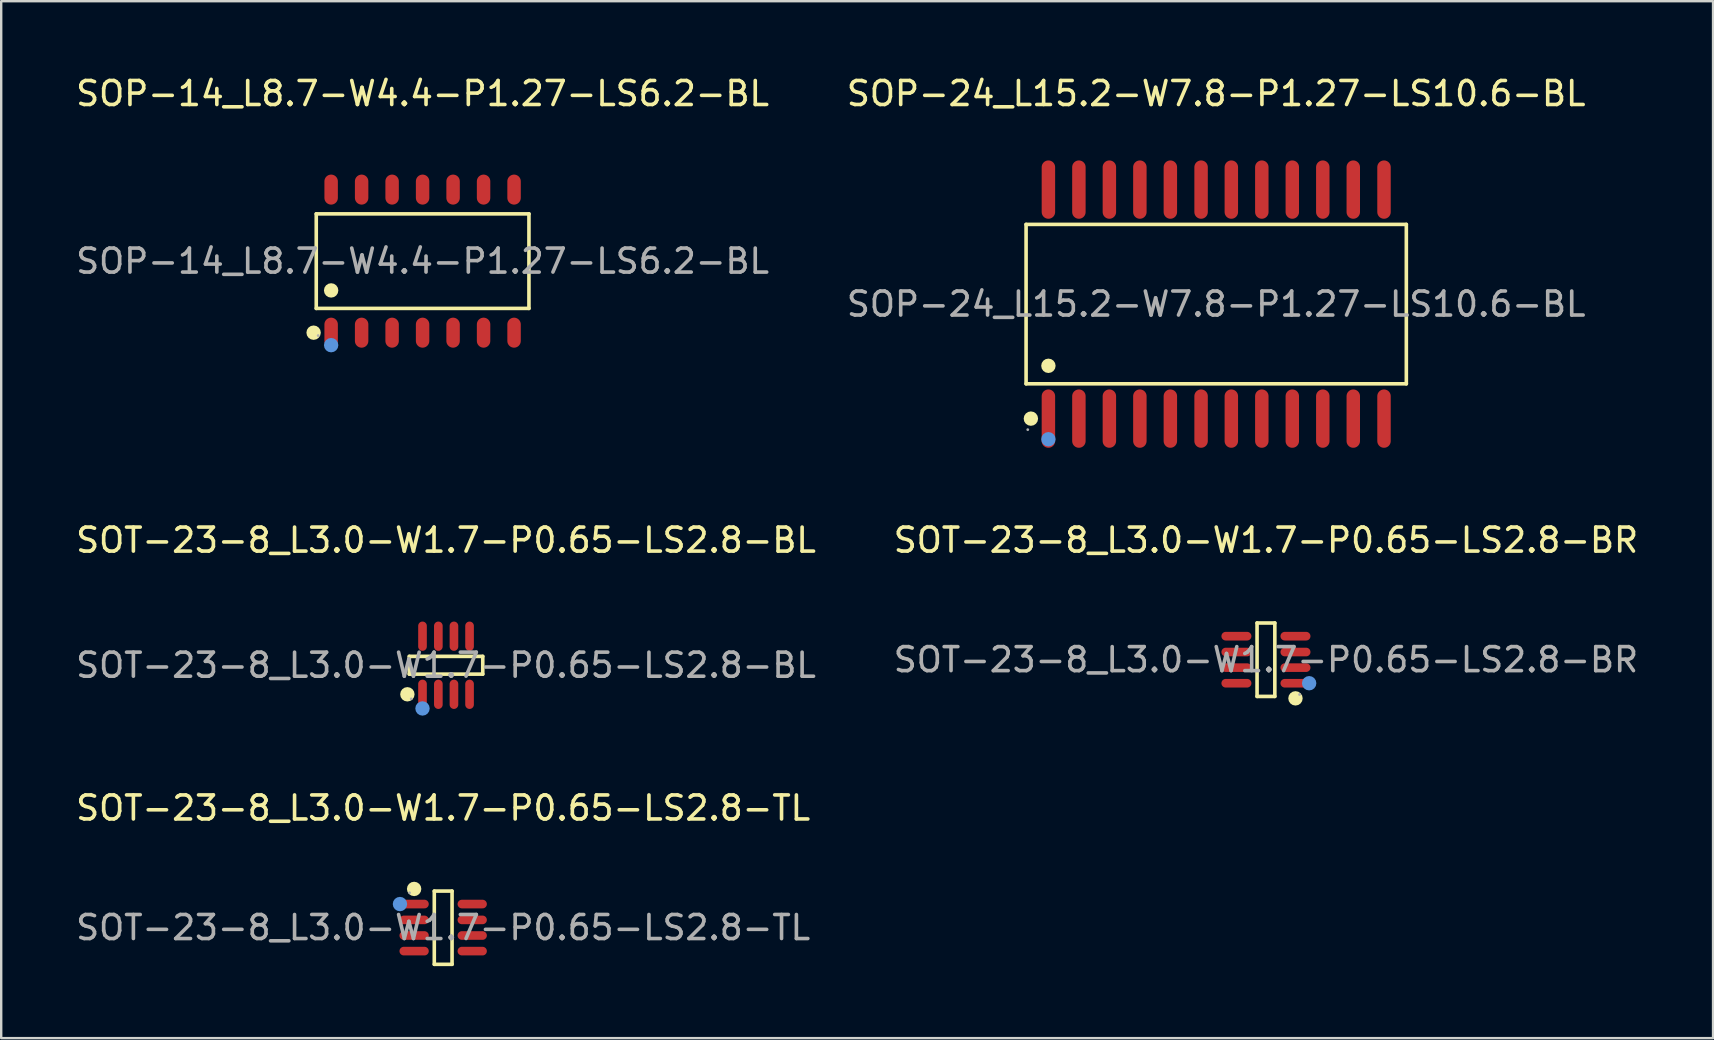
<source format=kicad_pcb>
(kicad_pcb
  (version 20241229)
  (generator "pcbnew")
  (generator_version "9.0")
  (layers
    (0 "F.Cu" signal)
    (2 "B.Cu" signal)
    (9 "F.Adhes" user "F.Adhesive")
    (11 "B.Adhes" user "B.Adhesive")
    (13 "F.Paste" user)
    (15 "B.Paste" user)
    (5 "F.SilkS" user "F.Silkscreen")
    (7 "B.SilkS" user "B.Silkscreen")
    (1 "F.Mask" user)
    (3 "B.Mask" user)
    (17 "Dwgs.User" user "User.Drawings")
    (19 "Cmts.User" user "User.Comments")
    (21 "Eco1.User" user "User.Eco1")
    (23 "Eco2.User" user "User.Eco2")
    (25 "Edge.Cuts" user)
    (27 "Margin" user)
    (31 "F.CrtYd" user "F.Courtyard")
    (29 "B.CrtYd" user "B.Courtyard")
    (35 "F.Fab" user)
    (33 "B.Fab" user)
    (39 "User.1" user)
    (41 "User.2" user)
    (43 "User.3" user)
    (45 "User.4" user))
  (footprint "SOT-23-8_L3.0-W1.7-P0.65-LS2.8-TL"
    (layer "F.Cu")
    (at 15.411 35.59)
    (property "Reference" "SOT-23-8_L3.0-W1.7-P0.65-LS2.8-TL" (at 0 -4.98 0) (layer "F.SilkS") (effects (font (size 1 1) (thickness 0.15))))
    (attr through_hole)
    (fp_line (start -0.37 -1.52) (end 0.37 -1.52) (stroke (width 0.15) (type solid)) (layer "F.SilkS"))
    (fp_line (start -0.37 1.53) (end -0.37 -1.52) (stroke (width 0.15) (type solid)) (layer "F.SilkS"))
    (fp_line (start 0.37 -1.52) (end 0.37 1.53) (stroke (width 0.15) (type solid)) (layer "F.SilkS"))
    (fp_line (start 0.37 1.53) (end -0.37 1.53) (stroke (width 0.15) (type solid)) (layer "F.SilkS"))
    (fp_circle (center -1.21 -1.61) (end -1.06 -1.61) (stroke (width 0.3) (type solid)) (fill no) (layer "F.SilkS"))
    (fp_circle (center -1.8 -0.98) (end -1.65 -0.98) (stroke (width 0.3) (type solid)) (fill no) (layer "Cmts.User"))
    (fp_circle (center -1.4 -1.45) (end -1.37 -1.45) (stroke (width 0.06) (type solid)) (fill no) (layer "F.Fab"))
    (fp_text user "${REFERENCE}" (at 0 0 0) (layer "F.Fab") (effects (font (size 1 1) (thickness 0.15))))
    (pad "1" smd oval (at -1.21 -0.98 270) (size 0.36 1.22) (layers "F.Cu" "F.Mask" "F.Paste"))
    (pad "2" smd oval (at -1.21 -0.32 270) (size 0.36 1.22) (layers "F.Cu" "F.Mask" "F.Paste"))
    (pad "3" smd oval (at -1.21 0.33 270) (size 0.36 1.22) (layers "F.Cu" "F.Mask" "F.Paste"))
    (pad "4" smd oval (at -1.21 0.98 270) (size 0.36 1.22) (layers "F.Cu" "F.Mask" "F.Paste"))
    (pad "5" smd oval (at 1.21 0.98 270) (size 0.36 1.22) (layers "F.Cu" "F.Mask" "F.Paste"))
    (pad "6" smd oval (at 1.21 0.33 270) (size 0.36 1.22) (layers "F.Cu" "F.Mask" "F.Paste"))
    (pad "7" smd oval (at 1.21 -0.32 270) (size 0.36 1.22) (layers "F.Cu" "F.Mask" "F.Paste"))
    (pad "8" smd oval (at 1.21 -0.98 270) (size 0.36 1.22) (layers "F.Cu" "F.Mask" "F.Paste")))
  (footprint "SOT-23-8_L3.0-W1.7-P0.65-LS2.8-BR"
    (layer "F.Cu")
    (at 49.685 24.431)
    (property "Reference" "SOT-23-8_L3.0-W1.7-P0.65-LS2.8-BR" (at 0 -4.98 0) (layer "F.SilkS") (effects (font (size 1 1) (thickness 0.15))))
    (attr through_hole)
    (fp_line (start -0.37 -1.53) (end 0.37 -1.53) (stroke (width 0.15) (type solid)) (layer "F.SilkS"))
    (fp_line (start -0.37 1.53) (end -0.37 -1.53) (stroke (width 0.15) (type solid)) (layer "F.SilkS"))
    (fp_line (start 0.37 -1.53) (end 0.37 1.53) (stroke (width 0.15) (type solid)) (layer "F.SilkS"))
    (fp_line (start 0.37 1.53) (end -0.37 1.53) (stroke (width 0.15) (type solid)) (layer "F.SilkS"))
    (fp_circle (center 1.23 1.61) (end 1.38 1.61) (stroke (width 0.3) (type solid)) (fill no) (layer "F.SilkS"))
    (fp_circle (center 1.8 0.98) (end 1.95 0.98) (stroke (width 0.3) (type solid)) (fill no) (layer "Cmts.User"))
    (fp_circle (center 1.4 1.45) (end 1.43 1.45) (stroke (width 0.06) (type solid)) (fill no) (layer "F.Fab"))
    (fp_text user "${REFERENCE}" (at 0 0 0) (layer "F.Fab") (effects (font (size 1 1) (thickness 0.15))))
    (pad "1" smd oval (at 1.23 0.98) (size 1.25 0.36) (layers "F.Cu" "F.Mask" "F.Paste"))
    (pad "2" smd oval (at 1.23 0.33) (size 1.25 0.36) (layers "F.Cu" "F.Mask" "F.Paste"))
    (pad "3" smd oval (at 1.23 -0.32) (size 1.25 0.36) (layers "F.Cu" "F.Mask" "F.Paste"))
    (pad "4" smd oval (at 1.23 -0.98) (size 1.25 0.36) (layers "F.Cu" "F.Mask" "F.Paste"))
    (pad "5" smd oval (at -1.23 -0.98) (size 1.25 0.36) (layers "F.Cu" "F.Mask" "F.Paste"))
    (pad "6" smd oval (at -1.23 -0.32) (size 1.25 0.36) (layers "F.Cu" "F.Mask" "F.Paste"))
    (pad "7" smd oval (at -1.23 0.33) (size 1.25 0.36) (layers "F.Cu" "F.Mask" "F.Paste"))
    (pad "8" smd oval (at -1.23 0.98) (size 1.25 0.36) (layers "F.Cu" "F.Mask" "F.Paste")))
  (footprint "SOP-14_L8.7-W4.4-P1.27-LS6.2-BL"
    (layer "F.Cu")
    (at 14.554 7.828)
    (property "Reference" "SOP-14_L8.7-W4.4-P1.27-LS6.2-BL" (at 0 -6.98 0) (layer "F.SilkS") (effects (font (size 1 1) (thickness 0.15))))
    (attr through_hole)
    (fp_line (start -4.43 -1.97) (end 4.43 -1.97) (stroke (width 0.15) (type solid)) (layer "F.SilkS"))
    (fp_line (start -4.43 1.97) (end -4.43 -1.97) (stroke (width 0.15) (type solid)) (layer "F.SilkS"))
    (fp_line (start 4.43 -1.97) (end 4.43 1.97) (stroke (width 0.15) (type solid)) (layer "F.SilkS"))
    (fp_line (start 4.43 1.97) (end -4.43 1.97) (stroke (width 0.15) (type solid)) (layer "F.SilkS"))
    (fp_circle (center -4.54 2.98) (end -4.39 2.98) (stroke (width 0.3) (type solid)) (fill no) (layer "F.SilkS"))
    (fp_circle (center -3.81 1.22) (end -3.66 1.22) (stroke (width 0.3) (type solid)) (fill no) (layer "F.SilkS"))
    (fp_circle (center -3.81 3.5) (end -3.66 3.5) (stroke (width 0.3) (type solid)) (fill no) (layer "Cmts.User"))
    (fp_circle (center -4.35 3.1) (end -4.32 3.1) (stroke (width 0.06) (type solid)) (fill no) (layer "F.Fab"))
    (fp_text user "${REFERENCE}" (at 0 0 0) (layer "F.Fab") (effects (font (size 1 1) (thickness 0.15))))
    (pad "1" smd oval (at -3.81 2.98) (size 0.56 1.25) (layers "F.Cu" "F.Mask" "F.Paste"))
    (pad "2" smd oval (at -2.54 2.98) (size 0.56 1.25) (layers "F.Cu" "F.Mask" "F.Paste"))
    (pad "3" smd oval (at -1.27 2.98) (size 0.56 1.25) (layers "F.Cu" "F.Mask" "F.Paste"))
    (pad "4" smd oval (at 0 2.98) (size 0.56 1.25) (layers "F.Cu" "F.Mask" "F.Paste"))
    (pad "5" smd oval (at 1.27 2.98) (size 0.56 1.25) (layers "F.Cu" "F.Mask" "F.Paste"))
    (pad "6" smd oval (at 2.54 2.98) (size 0.56 1.25) (layers "F.Cu" "F.Mask" "F.Paste"))
    (pad "7" smd oval (at 3.81 2.98) (size 0.56 1.25) (layers "F.Cu" "F.Mask" "F.Paste"))
    (pad "8" smd oval (at 3.81 -2.98) (size 0.56 1.25) (layers "F.Cu" "F.Mask" "F.Paste"))
    (pad "9" smd oval (at 2.54 -2.98) (size 0.56 1.25) (layers "F.Cu" "F.Mask" "F.Paste"))
    (pad "10" smd oval (at 1.27 -2.98) (size 0.56 1.25) (layers "F.Cu" "F.Mask" "F.Paste"))
    (pad "11" smd oval (at 0 -2.98) (size 0.56 1.25) (layers "F.Cu" "F.Mask" "F.Paste"))
    (pad "12" smd oval (at -1.27 -2.98) (size 0.56 1.25) (layers "F.Cu" "F.Mask" "F.Paste"))
    (pad "13" smd oval (at -2.54 -2.98) (size 0.56 1.25) (layers "F.Cu" "F.Mask" "F.Paste"))
    (pad "14" smd oval (at -3.81 -2.98) (size 0.56 1.25) (layers "F.Cu" "F.Mask" "F.Paste")))
  (footprint "SOT-23-8_L3.0-W1.7-P0.65-LS2.8-BL"
    (layer "F.Cu")
    (at 15.53 24.662)
    (property "Reference" "SOT-23-8_L3.0-W1.7-P0.65-LS2.8-BL" (at 0 -5.21 0) (layer "F.SilkS") (effects (font (size 1 1) (thickness 0.15))))
    (attr through_hole)
    (fp_line (start -1.53 -0.37) (end 1.53 -0.37) (stroke (width 0.15) (type solid)) (layer "F.SilkS"))
    (fp_line (start -1.53 0.37) (end -1.53 -0.37) (stroke (width 0.15) (type solid)) (layer "F.SilkS"))
    (fp_line (start 1.53 -0.37) (end 1.53 0.37) (stroke (width 0.15) (type solid)) (layer "F.SilkS"))
    (fp_line (start 1.53 0.37) (end -1.53 0.37) (stroke (width 0.15) (type solid)) (layer "F.SilkS"))
    (fp_circle (center -1.61 1.21) (end -1.46 1.21) (stroke (width 0.3) (type solid)) (fill no) (layer "F.SilkS"))
    (fp_circle (center -0.98 1.8) (end -0.83 1.8) (stroke (width 0.3) (type solid)) (fill no) (layer "Cmts.User"))
    (fp_circle (center -1.45 1.4) (end -1.42 1.4) (stroke (width 0.06) (type solid)) (fill no) (layer "F.Fab"))
    (fp_text user "${REFERENCE}" (at 0 0 0) (layer "F.Fab") (effects (font (size 1 1) (thickness 0.15))))
    (pad "1" smd oval (at -0.98 1.21) (size 0.36 1.22) (layers "F.Cu" "F.Mask" "F.Paste"))
    (pad "2" smd oval (at -0.32 1.21) (size 0.36 1.22) (layers "F.Cu" "F.Mask" "F.Paste"))
    (pad "3" smd oval (at 0.33 1.21) (size 0.36 1.22) (layers "F.Cu" "F.Mask" "F.Paste"))
    (pad "4" smd oval (at 0.98 1.21) (size 0.36 1.22) (layers "F.Cu" "F.Mask" "F.Paste"))
    (pad "5" smd oval (at 0.98 -1.21) (size 0.36 1.22) (layers "F.Cu" "F.Mask" "F.Paste"))
    (pad "6" smd oval (at 0.33 -1.21) (size 0.36 1.22) (layers "F.Cu" "F.Mask" "F.Paste"))
    (pad "7" smd oval (at -0.32 -1.21) (size 0.36 1.22) (layers "F.Cu" "F.Mask" "F.Paste"))
    (pad "8" smd oval (at -0.98 -1.21) (size 0.36 1.22) (layers "F.Cu" "F.Mask" "F.Paste")))
  (footprint "SOP-24_L15.2-W7.8-P1.27-LS10.6-BL"
    (layer "F.Cu")
    (at 47.613 9.618)
    (property "Reference" "SOP-24_L15.2-W7.8-P1.27-LS10.6-BL" (at 0 -8.77 0) (layer "F.SilkS") (effects (font (size 1 1) (thickness 0.15))))
    (attr through_hole)
    (fp_line (start -7.92 -3.32) (end 7.92 -3.32) (stroke (width 0.15) (type solid)) (layer "F.SilkS"))
    (fp_line (start -7.92 3.32) (end -7.92 -3.32) (stroke (width 0.15) (type solid)) (layer "F.SilkS"))
    (fp_line (start 7.92 -3.32) (end 7.92 3.32) (stroke (width 0.15) (type solid)) (layer "F.SilkS"))
    (fp_line (start 7.92 3.32) (end -7.92 3.32) (stroke (width 0.15) (type solid)) (layer "F.SilkS"))
    (fp_circle (center -7.72 4.77) (end -7.57 4.77) (stroke (width 0.3) (type solid)) (fill no) (layer "F.SilkS"))
    (fp_circle (center -6.99 2.57) (end -6.84 2.57) (stroke (width 0.3) (type solid)) (fill no) (layer "F.SilkS"))
    (fp_circle (center -6.99 5.63) (end -6.84 5.63) (stroke (width 0.3) (type solid)) (fill no) (layer "Cmts.User"))
    (fp_circle (center -7.85 5.23) (end -7.82 5.23) (stroke (width 0.06) (type solid)) (fill no) (layer "F.Fab"))
    (fp_text user "${REFERENCE}" (at 0 0 0) (layer "F.Fab") (effects (font (size 1 1) (thickness 0.15))))
    (pad "1" smd oval (at -6.99 4.77) (size 0.56 2.43) (layers "F.Cu" "F.Mask" "F.Paste"))
    (pad "2" smd oval (at -5.72 4.77) (size 0.56 2.43) (layers "F.Cu" "F.Mask" "F.Paste"))
    (pad "3" smd oval (at -4.45 4.77) (size 0.56 2.43) (layers "F.Cu" "F.Mask" "F.Paste"))
    (pad "4" smd oval (at -3.18 4.77) (size 0.56 2.43) (layers "F.Cu" "F.Mask" "F.Paste"))
    (pad "5" smd oval (at -1.91 4.77) (size 0.56 2.43) (layers "F.Cu" "F.Mask" "F.Paste"))
    (pad "6" smd oval (at -0.63 4.77) (size 0.56 2.43) (layers "F.Cu" "F.Mask" "F.Paste"))
    (pad "7" smd oval (at 0.63 4.77) (size 0.56 2.43) (layers "F.Cu" "F.Mask" "F.Paste"))
    (pad "8" smd oval (at 1.9 4.77) (size 0.56 2.43) (layers "F.Cu" "F.Mask" "F.Paste"))
    (pad "9" smd oval (at 3.17 4.77) (size 0.56 2.43) (layers "F.Cu" "F.Mask" "F.Paste"))
    (pad "10" smd oval (at 4.44 4.77) (size 0.56 2.43) (layers "F.Cu" "F.Mask" "F.Paste"))
    (pad "11" smd oval (at 5.71 4.77) (size 0.56 2.43) (layers "F.Cu" "F.Mask" "F.Paste"))
    (pad "12" smd oval (at 6.99 4.77) (size 0.56 2.43) (layers "F.Cu" "F.Mask" "F.Paste"))
    (pad "13" smd oval (at 6.99 -4.77) (size 0.56 2.43) (layers "F.Cu" "F.Mask" "F.Paste"))
    (pad "14" smd oval (at 5.71 -4.77) (size 0.56 2.43) (layers "F.Cu" "F.Mask" "F.Paste"))
    (pad "15" smd oval (at 4.44 -4.77) (size 0.56 2.43) (layers "F.Cu" "F.Mask" "F.Paste"))
    (pad "16" smd oval (at 3.17 -4.77) (size 0.56 2.43) (layers "F.Cu" "F.Mask" "F.Paste"))
    (pad "17" smd oval (at 1.9 -4.77) (size 0.56 2.43) (layers "F.Cu" "F.Mask" "F.Paste"))
    (pad "18" smd oval (at 0.63 -4.77) (size 0.56 2.43) (layers "F.Cu" "F.Mask" "F.Paste"))
    (pad "19" smd oval (at -0.63 -4.77) (size 0.56 2.43) (layers "F.Cu" "F.Mask" "F.Paste"))
    (pad "20" smd oval (at -1.91 -4.77) (size 0.56 2.43) (layers "F.Cu" "F.Mask" "F.Paste"))
    (pad "21" smd oval (at -3.18 -4.77) (size 0.56 2.43) (layers "F.Cu" "F.Mask" "F.Paste"))
    (pad "22" smd oval (at -4.45 -4.77) (size 0.56 2.43) (layers "F.Cu" "F.Mask" "F.Paste"))
    (pad "23" smd oval (at -5.72 -4.77) (size 0.56 2.43) (layers "F.Cu" "F.Mask" "F.Paste"))
    (pad "24" smd oval (at -6.99 -4.77) (size 0.56 2.43) (layers "F.Cu" "F.Mask" "F.Paste")))
  (gr_rect
    (start -3 -3)
    (end 68.31 40.195)
    (stroke (width 0.1) (type default))
    (fill no)
    (layer "Edge.Cuts")))
</source>
